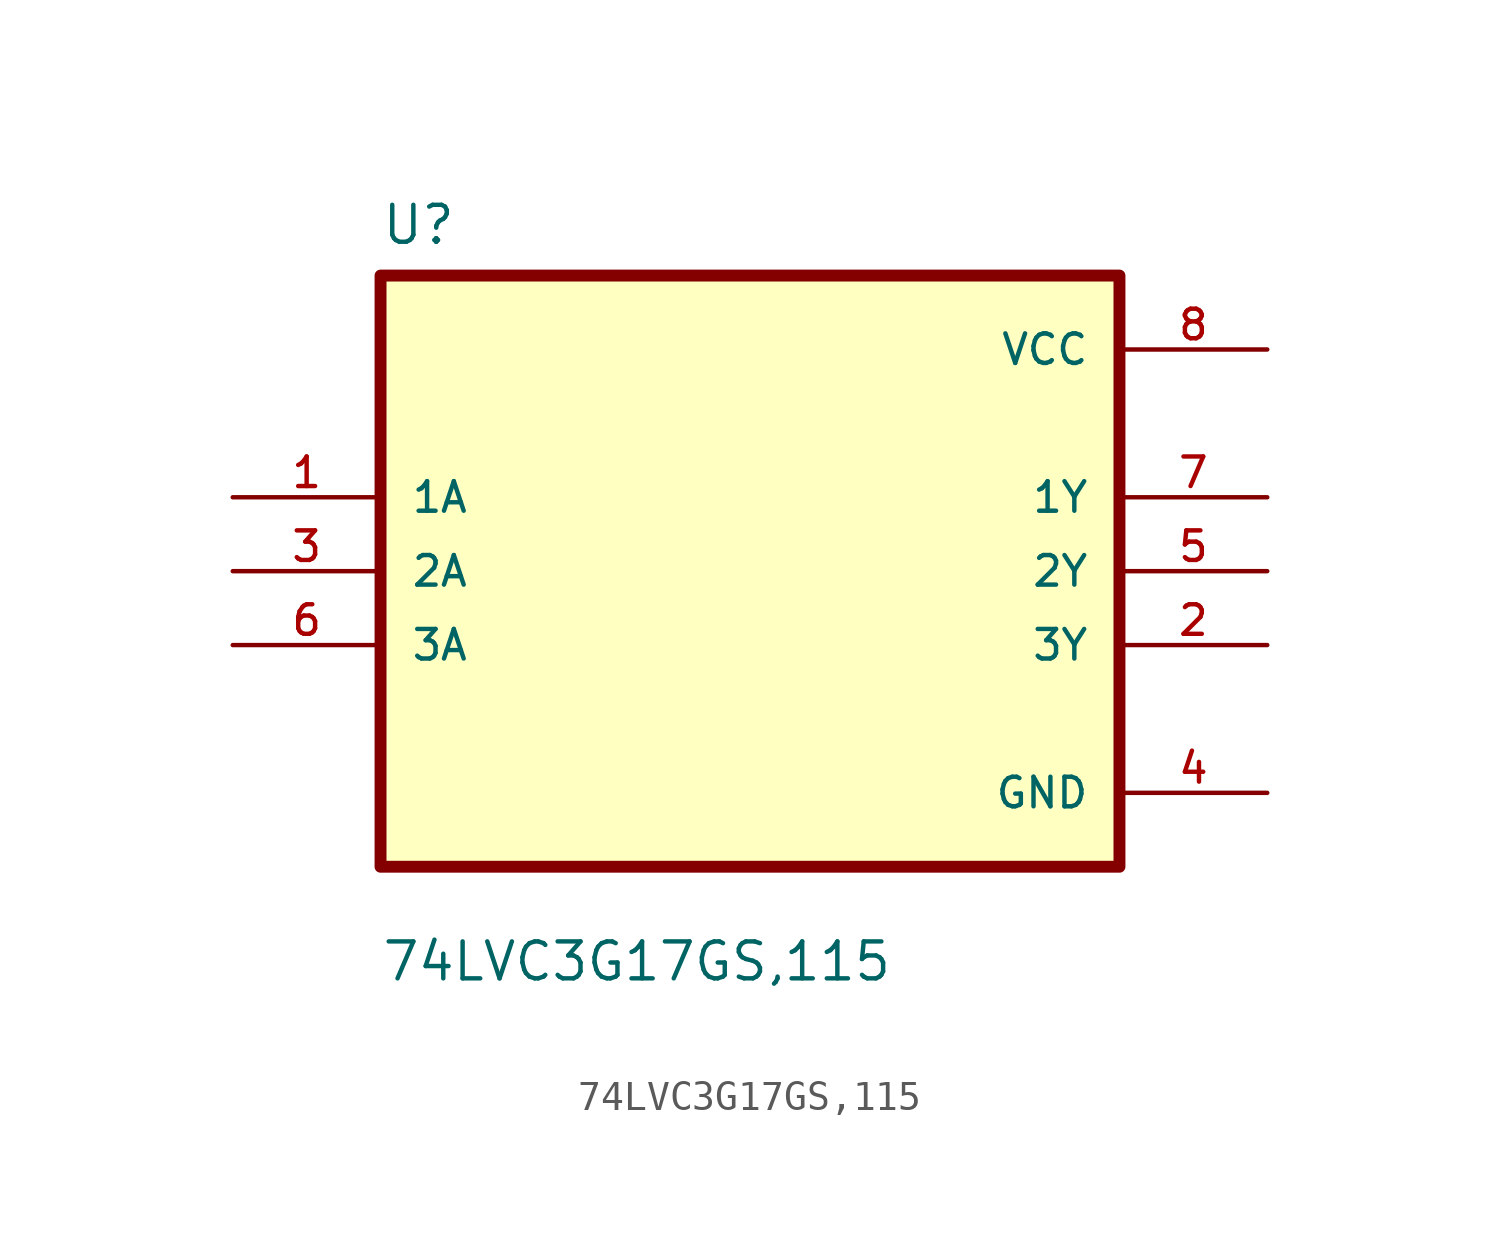
<source format=kicad_sym>
(kicad_symbol_lib
  (version 20211014)
  (generator kicad_symbol_editor)
  (symbol "74LVC3G17GS,115"
    (pin_names
      (offset 1.016))
    (property "Reference" "U"
      (at -12.7 11.16 0.0)
      (effects (font (size 1.27 1.27)) (justify bottom left)))
    (property "Value" "74LVC3G17GS,115"
      (at -12.7 -14.16 0.0)
      (effects (font (size 1.27 1.27)) (justify bottom left)))
    (symbol "74LVC3G17GS,115_0_0"
      (rectangle (start -12.7 -10.16) (end 12.7 10.16) (stroke (width 0.41)) (fill (type background)))
      (pin input line (at -17.78 2.54 0) (length 5.08) (name "1A" (effects (font (size 1.016 1.016)))) (number "1" (effects (font (size 1.016 1.016)))))
      (pin input line (at -17.78 0.0 0) (length 5.08) (name "2A" (effects (font (size 1.016 1.016)))) (number "3" (effects (font (size 1.016 1.016)))))
      (pin input line (at -17.78 -2.54 0) (length 5.08) (name "3A" (effects (font (size 1.016 1.016)))) (number "6" (effects (font (size 1.016 1.016)))))
      (pin power_in line (at 17.78 7.62 180.0) (length 5.08) (name "VCC" (effects (font (size 1.016 1.016)))) (number "8" (effects (font (size 1.016 1.016)))))
      (pin output line (at 17.78 2.54 180.0) (length 5.08) (name "1Y" (effects (font (size 1.016 1.016)))) (number "7" (effects (font (size 1.016 1.016)))))
      (pin output line (at 17.78 0.0 180.0) (length 5.08) (name "2Y" (effects (font (size 1.016 1.016)))) (number "5" (effects (font (size 1.016 1.016)))))
      (pin output line (at 17.78 -2.54 180.0) (length 5.08) (name "3Y" (effects (font (size 1.016 1.016)))) (number "2" (effects (font (size 1.016 1.016)))))
      (pin power_in line (at 17.78 -7.62 180.0) (length 5.08) (name "GND" (effects (font (size 1.016 1.016)))) (number "4" (effects (font (size 1.016 1.016))))))))
</source>
